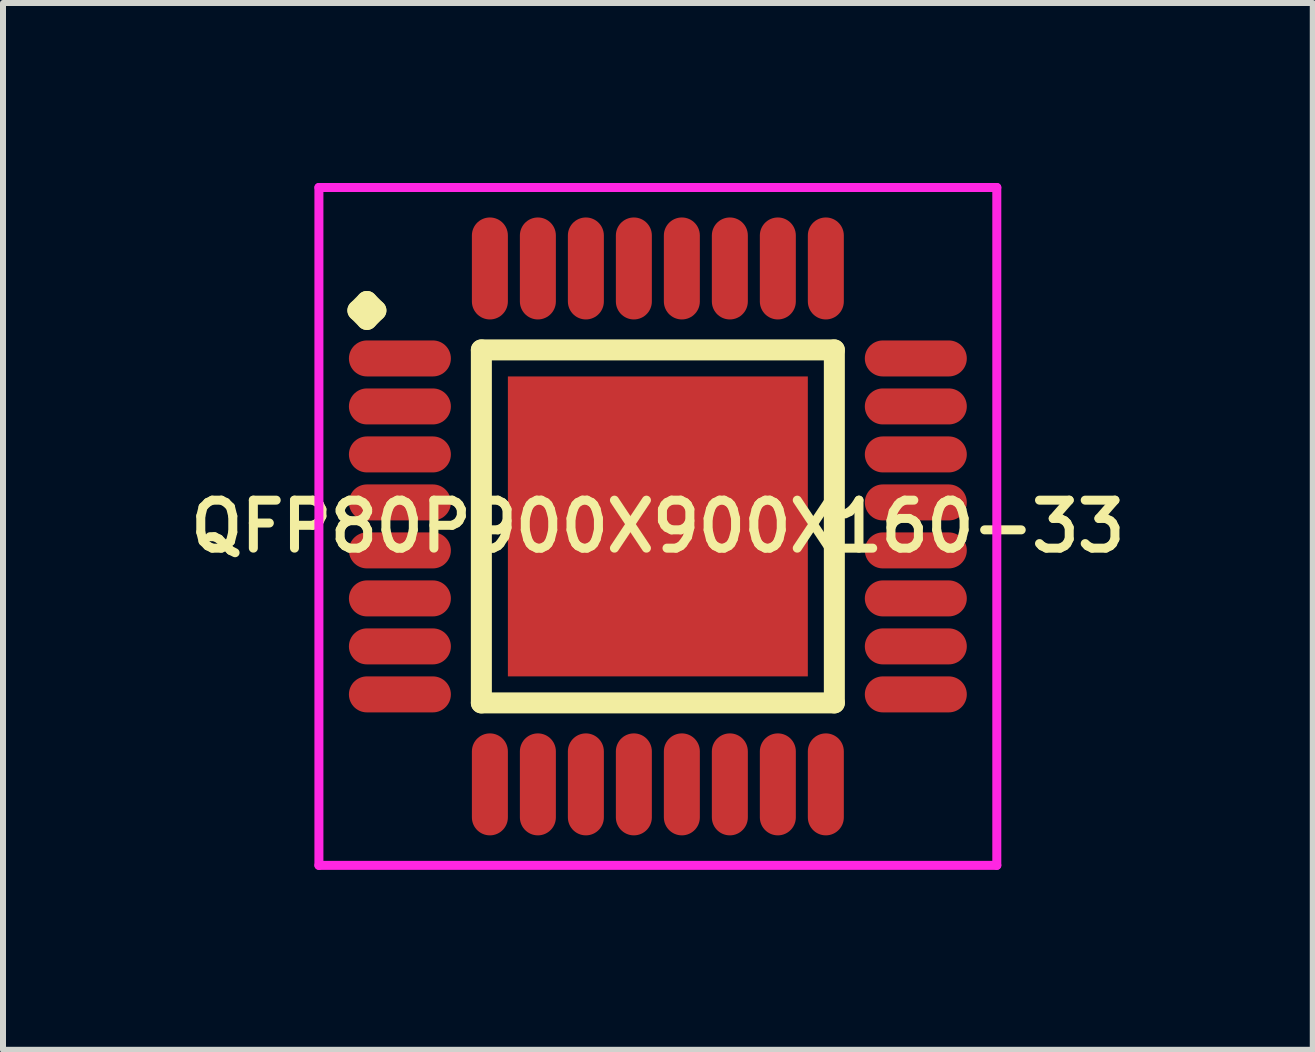
<source format=kicad_pcb>
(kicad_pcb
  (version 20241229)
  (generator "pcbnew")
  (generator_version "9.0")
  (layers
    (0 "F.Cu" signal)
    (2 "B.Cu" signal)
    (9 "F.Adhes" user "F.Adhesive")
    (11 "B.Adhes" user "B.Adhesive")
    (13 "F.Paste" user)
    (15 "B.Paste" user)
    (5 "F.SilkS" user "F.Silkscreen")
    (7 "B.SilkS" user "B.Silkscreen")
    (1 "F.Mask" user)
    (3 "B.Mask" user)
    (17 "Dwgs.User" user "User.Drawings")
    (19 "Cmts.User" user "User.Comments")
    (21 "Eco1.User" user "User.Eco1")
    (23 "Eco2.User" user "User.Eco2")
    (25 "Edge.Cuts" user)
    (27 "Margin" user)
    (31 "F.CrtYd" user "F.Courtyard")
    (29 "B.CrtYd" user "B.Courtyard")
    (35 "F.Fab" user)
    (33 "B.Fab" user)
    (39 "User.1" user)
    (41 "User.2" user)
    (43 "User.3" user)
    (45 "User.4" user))
  (footprint "QFP80P900X900X160-33"
    (layer "F.Cu")
    (at 7.916 5.725)
    (property "Reference" "QFP80P900X900X160-33" (at 0 0 0) (layer "F.SilkS") (effects (font (size 0.8 0.8) (thickness 0.15))))
    (attr through_hole)
    (fp_line (start -5 -3.6) (end -4.85 -3.75) (stroke (width 0.35) (type solid)) (layer "F.SilkS"))
    (fp_line (start -4.85 -3.75) (end -4.7 -3.6) (stroke (width 0.35) (type solid)) (layer "F.SilkS"))
    (fp_line (start -4.85 -3.45) (end -5 -3.6) (stroke (width 0.35) (type solid)) (layer "F.SilkS"))
    (fp_line (start -4.7 -3.6) (end -4.85 -3.45) (stroke (width 0.35) (type solid)) (layer "F.SilkS"))
    (fp_line (start -2.942 -2.942) (end -2.942 2.942) (stroke (width 0.35) (type solid)) (layer "F.SilkS"))
    (fp_line (start -2.942 2.942) (end 2.942 2.942) (stroke (width 0.35) (type solid)) (layer "F.SilkS"))
    (fp_line (start 2.942 -2.942) (end -2.942 -2.942) (stroke (width 0.35) (type solid)) (layer "F.SilkS"))
    (fp_line (start 2.942 2.942) (end 2.942 -2.942) (stroke (width 0.35) (type solid)) (layer "F.SilkS"))
    (fp_line (start -5.65 -5.65) (end 5.65 -5.65) (stroke (width 0.15) (type solid)) (layer "F.CrtYd"))
    (fp_line (start -5.65 5.65) (end -5.65 -5.65) (stroke (width 0.15) (type solid)) (layer "F.CrtYd"))
    (fp_line (start 5.65 -5.65) (end 5.65 5.65) (stroke (width 0.15) (type solid)) (layer "F.CrtYd"))
    (fp_line (start 5.65 5.65) (end -5.65 5.65) (stroke (width 0.15) (type solid)) (layer "F.CrtYd"))
    (pad "1" smd oval (at -4.3 -2.8) (size 1.7 0.6) (layers "F.Cu" "F.Mask" "F.Paste"))
    (pad "2" smd oval (at -4.3 -2) (size 1.7 0.6) (layers "F.Cu" "F.Mask" "F.Paste"))
    (pad "3" smd oval (at -4.3 -1.2) (size 1.7 0.6) (layers "F.Cu" "F.Mask" "F.Paste"))
    (pad "4" smd oval (at -4.3 -0.4) (size 1.7 0.6) (layers "F.Cu" "F.Mask" "F.Paste"))
    (pad "5" smd oval (at -4.3 0.4) (size 1.7 0.6) (layers "F.Cu" "F.Mask" "F.Paste"))
    (pad "6" smd oval (at -4.3 1.2) (size 1.7 0.6) (layers "F.Cu" "F.Mask" "F.Paste"))
    (pad "7" smd oval (at -4.3 2) (size 1.7 0.6) (layers "F.Cu" "F.Mask" "F.Paste"))
    (pad "8" smd oval (at -4.3 2.8) (size 1.7 0.6) (layers "F.Cu" "F.Mask" "F.Paste"))
    (pad "9" smd oval (at -2.8 4.3) (size 0.6 1.7) (layers "F.Cu" "F.Mask" "F.Paste"))
    (pad "10" smd oval (at -2 4.3) (size 0.6 1.7) (layers "F.Cu" "F.Mask" "F.Paste"))
    (pad "11" smd oval (at -1.2 4.3) (size 0.6 1.7) (layers "F.Cu" "F.Mask" "F.Paste"))
    (pad "12" smd oval (at -0.4 4.3) (size 0.6 1.7) (layers "F.Cu" "F.Mask" "F.Paste"))
    (pad "13" smd oval (at 0.4 4.3) (size 0.6 1.7) (layers "F.Cu" "F.Mask" "F.Paste"))
    (pad "14" smd oval (at 1.2 4.3) (size 0.6 1.7) (layers "F.Cu" "F.Mask" "F.Paste"))
    (pad "15" smd oval (at 2 4.3) (size 0.6 1.7) (layers "F.Cu" "F.Mask" "F.Paste"))
    (pad "16" smd oval (at 2.8 4.3) (size 0.6 1.7) (layers "F.Cu" "F.Mask" "F.Paste"))
    (pad "17" smd oval (at 4.3 2.8) (size 1.7 0.6) (layers "F.Cu" "F.Mask" "F.Paste"))
    (pad "18" smd oval (at 4.3 2) (size 1.7 0.6) (layers "F.Cu" "F.Mask" "F.Paste"))
    (pad "19" smd oval (at 4.3 1.2) (size 1.7 0.6) (layers "F.Cu" "F.Mask" "F.Paste"))
    (pad "20" smd oval (at 4.3 0.4) (size 1.7 0.6) (layers "F.Cu" "F.Mask" "F.Paste"))
    (pad "21" smd oval (at 4.3 -0.4) (size 1.7 0.6) (layers "F.Cu" "F.Mask" "F.Paste"))
    (pad "22" smd oval (at 4.3 -1.2) (size 1.7 0.6) (layers "F.Cu" "F.Mask" "F.Paste"))
    (pad "23" smd oval (at 4.3 -2) (size 1.7 0.6) (layers "F.Cu" "F.Mask" "F.Paste"))
    (pad "24" smd oval (at 4.3 -2.8) (size 1.7 0.6) (layers "F.Cu" "F.Mask" "F.Paste"))
    (pad "25" smd oval (at 2.8 -4.3) (size 0.6 1.7) (layers "F.Cu" "F.Mask" "F.Paste"))
    (pad "26" smd oval (at 2 -4.3) (size 0.6 1.7) (layers "F.Cu" "F.Mask" "F.Paste"))
    (pad "27" smd oval (at 1.2 -4.3) (size 0.6 1.7) (layers "F.Cu" "F.Mask" "F.Paste"))
    (pad "28" smd oval (at 0.4 -4.3) (size 0.6 1.7) (layers "F.Cu" "F.Mask" "F.Paste"))
    (pad "29" smd oval (at -0.4 -4.3) (size 0.6 1.7) (layers "F.Cu" "F.Mask" "F.Paste"))
    (pad "30" smd oval (at -1.2 -4.3) (size 0.6 1.7) (layers "F.Cu" "F.Mask" "F.Paste"))
    (pad "31" smd oval (at -2 -4.3) (size 0.6 1.7) (layers "F.Cu" "F.Mask" "F.Paste"))
    (pad "32" smd oval (at -2.8 -4.3) (size 0.6 1.7) (layers "F.Cu" "F.Mask" "F.Paste"))
    (pad "33" smd rect (at 0 0) (size 5 5) (layers "F.Cu" "F.Mask" "F.Paste")))
  (gr_rect
    (start -3 -3)
    (end 18.833 14.45)
    (stroke (width 0.1) (type default))
    (fill no)
    (layer "Edge.Cuts")))
</source>
